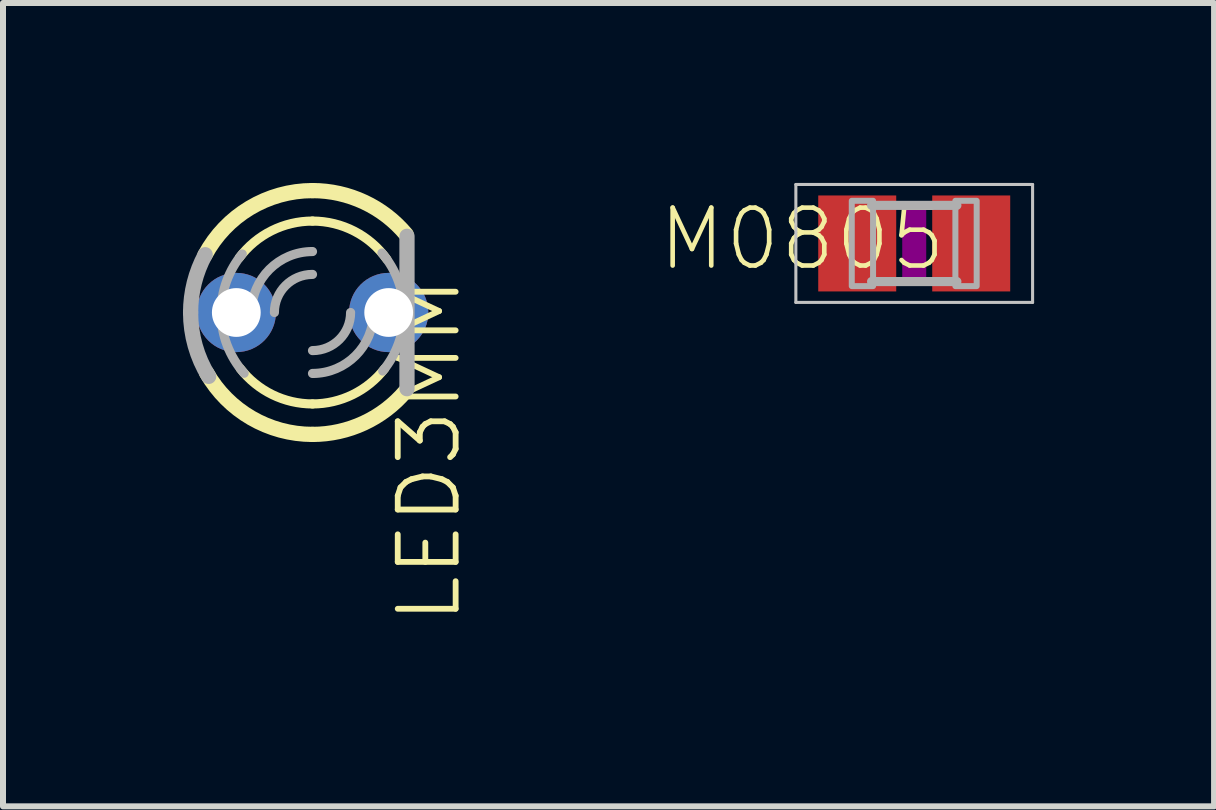
<source format=kicad_pcb>
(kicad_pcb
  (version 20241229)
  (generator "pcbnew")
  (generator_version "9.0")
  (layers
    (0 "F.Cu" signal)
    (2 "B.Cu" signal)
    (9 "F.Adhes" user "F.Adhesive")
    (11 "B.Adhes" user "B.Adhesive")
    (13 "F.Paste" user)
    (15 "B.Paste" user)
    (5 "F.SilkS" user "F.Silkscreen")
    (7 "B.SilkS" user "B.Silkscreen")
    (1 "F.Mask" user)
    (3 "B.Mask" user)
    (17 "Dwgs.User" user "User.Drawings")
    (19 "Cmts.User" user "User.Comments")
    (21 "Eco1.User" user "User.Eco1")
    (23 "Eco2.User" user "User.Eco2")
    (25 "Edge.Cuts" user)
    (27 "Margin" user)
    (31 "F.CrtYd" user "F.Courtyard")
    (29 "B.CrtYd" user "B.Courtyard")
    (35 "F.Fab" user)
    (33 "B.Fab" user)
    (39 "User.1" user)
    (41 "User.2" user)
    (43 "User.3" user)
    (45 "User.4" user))
  (footprint "M0805"
    (layer "F.Cu")
    (at 12.189 1.008)
    (property "Reference" "M0805" (at -4.307 0.49 180) (layer "F.SilkS") (effects (font (size 0.965 0.965) (thickness 0.077)) (justify left bottom)))
    (attr through_hole)
    (fp_poly (pts (xy -0.2 0.6) (xy 0.2 0.6) (xy 0.2 -0.6) (xy -0.2 -0.6)) (stroke (width 0) (type solid)) (fill yes) (layer "F.Adhes"))
    (fp_line (start -1.973 -0.983) (end 1.973 -0.983) (stroke (width 0.051) (type solid)) (layer "Dwgs.User"))
    (fp_line (start -1.973 0.983) (end -1.973 -0.983) (stroke (width 0.051) (type solid)) (layer "Dwgs.User"))
    (fp_line (start 1.973 -0.983) (end 1.973 0.983) (stroke (width 0.051) (type solid)) (layer "Dwgs.User"))
    (fp_line (start 1.973 0.983) (end -1.973 0.983) (stroke (width 0.051) (type solid)) (layer "Dwgs.User"))
    (fp_line (start 0.711 -0.635) (end -0.711 -0.635) (stroke (width 0.152) (type solid)) (layer "F.Fab"))
    (fp_line (start 0.711 0.635) (end -0.711 0.635) (stroke (width 0.152) (type solid)) (layer "F.Fab"))
    (fp_poly (pts (xy -1.041 0.711) (xy -0.686 0.711) (xy -0.686 -0.711) (xy -1.041 -0.711)) (stroke (width 0.1) (type solid)) (fill no) (layer "F.Fab"))
    (fp_poly (pts (xy 0.686 0.711) (xy 1.041 0.711) (xy 1.041 -0.711) (xy 0.686 -0.711)) (stroke (width 0.1) (type solid)) (fill no) (layer "F.Fab"))
    (pad "1" smd rect (at -0.95 0) (size 1.3 1.6) (layers "F.Cu" "F.Mask" "F.Paste"))
    (pad "2" smd rect (at 0.95 0) (size 1.3 1.6) (layers "F.Cu" "F.Mask" "F.Paste")))
  (footprint "LED3MM"
    (layer "F.Cu")
    (at 2.159 2.159)
    (property "Reference" "LED3MM" (at 2.509 5.232 90) (layer "F.SilkS") (effects (font (size 0.965 0.965) (thickness 0.097)) (justify left bottom)))
    (attr through_hole)
    (fp_arc (start -1.7929 -0.9562) (mid -1.045438 -1.7424) (end 0 -2.032) (stroke (width 0.254) (type solid)) (layer "F.SilkS"))
    (fp_arc (start -1.2192 -0.9144) (mid -0.681554 -1.363107) (end 0 -1.524) (stroke (width 0.1524) (type solid)) (layer "F.SilkS"))
    (fp_arc (start 0 -2.032) (mid 0.861864 -1.840173) (end 1.561 -1.3009) (stroke (width 0.254) (type solid)) (layer "F.SilkS"))
    (fp_arc (start 0 -1.524) (mid 0.697339 -1.355082) (end 1.2401 -0.885801) (stroke (width 0.1524) (type solid)) (layer "F.SilkS"))
    (fp_arc (start 0 1.524) (mid -0.669593 1.369018) (end -1.203 0.9356) (stroke (width 0.1524) (type solid)) (layer "F.SilkS"))
    (fp_arc (start 0 2.032) (mid -1.019924 1.757525) (end -1.7643 1.0082) (stroke (width 0.254) (type solid)) (layer "F.SilkS"))
    (fp_arc (start 1.203 0.9356) (mid 0.669593 1.369018) (end 0 1.524) (stroke (width 0.1524) (type solid)) (layer "F.SilkS"))
    (fp_arc (start 1.5512 1.3126) (mid 0.854953 1.843405) (end 0 2.032) (stroke (width 0.254) (type solid)) (layer "F.SilkS"))
    (fp_line (start 1.575 1.27) (end 1.575 -1.27) (stroke (width 0.254) (type solid)) (layer "F.Fab"))
    (fp_arc (start -2.032 0) (mid -1.970339 -0.496775) (end -1.7891 -0.9634) (stroke (width 0.254) (type solid)) (layer "F.Fab"))
    (fp_arc (start -1.7306 1.065) (mid -1.95521 0.553417) (end -2.032 0) (stroke (width 0.254) (type solid)) (layer "F.Fab"))
    (fp_arc (start -1.524 0) (mid -1.432981 -0.518783) (end -1.1708 -0.9756) (stroke (width 0.1524) (type solid)) (layer "F.Fab"))
    (fp_arc (start -1.1391 1.0125) (mid -1.42454 0.5416) (end -1.524 0) (stroke (width 0.1524) (type solid)) (layer "F.Fab"))
    (fp_arc (start -1.016 0) (mid -0.71842 -0.71842) (end 0 -1.016) (stroke (width 0.1524) (type solid)) (layer "F.Fab"))
    (fp_arc (start -0.635 0) (mid -0.449013 -0.449013) (end 0 -0.635) (stroke (width 0.1524) (type solid)) (layer "F.Fab"))
    (fp_arc (start 0.635 0) (mid 0.449013 0.449013) (end 0 0.635) (stroke (width 0.1524) (type solid)) (layer "F.Fab"))
    (fp_arc (start 1.016 0) (mid 0.71842 0.71842) (end 0 1.016) (stroke (width 0.1524) (type solid)) (layer "F.Fab"))
    (fp_arc (start 1.1571 -0.9918) (mid 1.429332 -0.528744) (end 1.524 0) (stroke (width 0.1524) (type solid)) (layer "F.Fab"))
    (fp_arc (start 1.524 0) (mid 1.432981 0.518783) (end 1.1708 0.9756) (stroke (width 0.1524) (type solid)) (layer "F.Fab"))
    (pad "A" thru_hole circle (at -1.27 0) (size 1.321 1.321) (drill 0.813) (layers "*.Cu" "*.Mask"))
    (pad "K" thru_hole circle (at 1.27 0) (size 1.321 1.321) (drill 0.813) (layers "*.Cu" "*.Mask")))
  (gr_rect
    (start -3 -3)
    (end 17.187 10.391)
    (stroke (width 0.1) (type default))
    (fill no)
    (layer "Edge.Cuts")))
</source>
